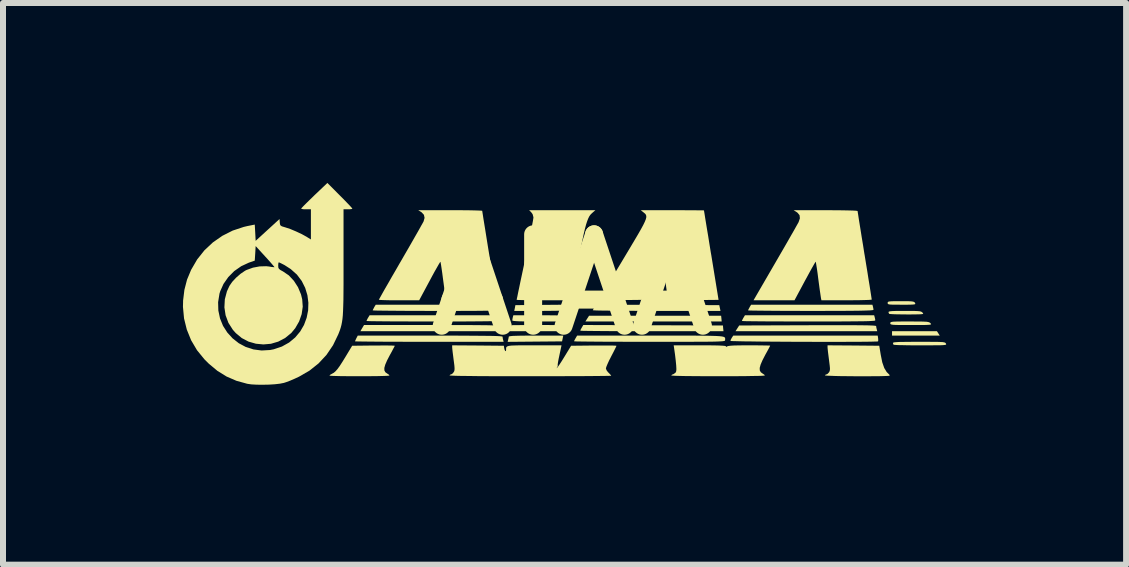
<source format=kicad_pcb>
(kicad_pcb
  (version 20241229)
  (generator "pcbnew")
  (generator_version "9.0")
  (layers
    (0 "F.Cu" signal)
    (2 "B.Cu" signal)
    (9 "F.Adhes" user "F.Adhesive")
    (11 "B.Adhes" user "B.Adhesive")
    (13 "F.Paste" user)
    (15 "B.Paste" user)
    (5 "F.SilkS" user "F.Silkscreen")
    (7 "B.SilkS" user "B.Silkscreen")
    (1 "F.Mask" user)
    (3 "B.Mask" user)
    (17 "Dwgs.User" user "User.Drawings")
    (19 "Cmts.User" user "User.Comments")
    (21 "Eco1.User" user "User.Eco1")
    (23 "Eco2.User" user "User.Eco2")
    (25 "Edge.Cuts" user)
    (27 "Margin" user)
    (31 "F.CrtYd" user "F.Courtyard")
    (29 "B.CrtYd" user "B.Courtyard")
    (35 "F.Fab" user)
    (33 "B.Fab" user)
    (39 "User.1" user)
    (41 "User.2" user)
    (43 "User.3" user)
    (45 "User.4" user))
  (footprint "AIAA"
    (layer "F.Cu")
    (at 6.491 1.691)
    (property "Reference" "AIAA" (at 0 0 0) (layer "F.SilkS") (effects (font (size 1.524 1.524) (thickness 0.3))))
    (attr board_only exclude_from_pos_files exclude_from_bom)
    (fp_poly (pts (xy 6.102 0.817) (xy 6.126 0.854) (xy 5.33 0.854) (xy 5.33 0.78) (xy 6.078 0.78)) (stroke (width 0) (type solid)) (fill yes) (layer "F.SilkS"))
    (fp_poly (pts (xy 2.486 0.571) (xy 2.49 0.618) (xy 0.218 0.618) (xy 0.248 0.571) (xy 0.279 0.523) (xy 2.481 0.523)) (stroke (width 0) (type solid)) (fill yes) (layer "F.SilkS"))
    (fp_poly (pts (xy -0.053 0.379) (xy -0.062 0.412) (xy -0.069 0.431) (xy -0.085 0.433) (xy -0.126 0.436) (xy -0.19 0.438) (xy -0.272 0.44) (xy -0.369 0.441) (xy -0.478 0.442) (xy -0.522 0.442) (xy -0.968 0.442) (xy -0.958 0.394) (xy -0.949 0.346) (xy -0.496 0.342) (xy -0.044 0.338)) (stroke (width 0) (type solid)) (fill yes) (layer "F.SilkS"))
    (fp_poly (pts (xy -0.161 0.902) (xy -0.171 0.95) (xy -0.624 0.954) (xy -1.078 0.958) (xy -1.07 0.924) (xy -1.062 0.89) (xy -1.06 0.872) (xy -1.054 0.867) (xy -1.033 0.863) (xy -0.996 0.859) (xy -0.94 0.857) (xy -0.862 0.855) (xy -0.76 0.854) (xy -0.631 0.854) (xy -0.606 0.854) (xy -0.151 0.854)) (stroke (width 0) (type solid)) (fill yes) (layer "F.SilkS"))
    (fp_poly (pts (xy 2.45 0.346) (xy 2.47 0.442) (xy 1.403 0.442) (xy 1.229 0.442) (xy 1.064 0.441) (xy 0.91 0.44) (xy 0.77 0.44) (xy 0.645 0.438) (xy 0.539 0.437) (xy 0.453 0.436) (xy 0.39 0.434) (xy 0.352 0.432) (xy 0.342 0.431) (xy 0.352 0.411) (xy 0.367 0.379) (xy 0.388 0.338)) (stroke (width 0) (type solid)) (fill yes) (layer "F.SilkS"))
    (fp_poly (pts (xy -2.114 0.677) (xy -1.924 0.678) (xy -1.76 0.678) (xy -1.62 0.679) (xy -1.504 0.68) (xy -1.408 0.681) (xy -1.333 0.683) (xy -1.275 0.685) (xy -1.234 0.687) (xy -1.208 0.69) (xy -1.195 0.693) (xy -1.192 0.696) (xy -1.189 0.724) (xy -1.183 0.747) (xy -1.175 0.78) (xy -3.533 0.78) (xy -3.503 0.729) (xy -3.472 0.677) (xy -2.332 0.677)) (stroke (width 0) (type solid)) (fill yes) (layer "F.SilkS"))
    (fp_poly (pts (xy 4.635 0.68) (xy 4.752 0.681) (xy 4.847 0.682) (xy 4.923 0.683) (xy 4.98 0.685) (xy 5.022 0.687) (xy 5.049 0.69) (xy 5.063 0.693) (xy 5.065 0.696) (xy 5.069 0.724) (xy 5.075 0.747) (xy 5.083 0.78) (xy 2.721 0.78) (xy 2.751 0.733) (xy 2.782 0.685) (xy 3.924 0.681) (xy 4.141 0.68) (xy 4.332 0.68) (xy 4.496 0.68)) (stroke (width 0) (type solid)) (fill yes) (layer "F.SilkS"))
    (fp_poly (pts (xy 1.347 0.681) (xy 2.511 0.685) (xy 2.515 0.733) (xy 2.52 0.78) (xy 1.326 0.78) (xy 1.142 0.78) (xy 0.966 0.78) (xy 0.801 0.78) (xy 0.649 0.779) (xy 0.512 0.778) (xy 0.393 0.777) (xy 0.294 0.776) (xy 0.216 0.775) (xy 0.163 0.774) (xy 0.136 0.772) (xy 0.133 0.772) (xy 0.139 0.754) (xy 0.156 0.723) (xy 0.158 0.72) (xy 0.183 0.677)) (stroke (width 0) (type solid)) (fill yes) (layer "F.SilkS"))
    (fp_poly (pts (xy -0.337 0.678) (xy -0.259 0.679) (xy -0.201 0.681) (xy -0.161 0.685) (xy -0.137 0.691) (xy -0.124 0.7) (xy -0.12 0.712) (xy -0.122 0.727) (xy -0.127 0.747) (xy -0.127 0.747) (xy -0.136 0.78) (xy -1.043 0.78) (xy -1.03 0.733) (xy -1.02 0.699) (xy -1.016 0.682) (xy -1.016 0.681) (xy -1.002 0.68) (xy -0.962 0.679) (xy -0.9 0.679) (xy -0.818 0.678) (xy -0.722 0.678) (xy -0.614 0.677) (xy -0.567 0.677) (xy -0.439 0.677)) (stroke (width 0) (type solid)) (fill yes) (layer "F.SilkS"))
    (fp_poly (pts (xy -0.306 0.516) (xy -0.228 0.517) (xy -0.171 0.519) (xy -0.132 0.523) (xy -0.107 0.529) (xy -0.094 0.538) (xy -0.09 0.55) (xy -0.092 0.565) (xy -0.098 0.585) (xy -0.098 0.585) (xy -0.107 0.618) (xy -0.554 0.618) (xy -0.686 0.618) (xy -0.792 0.617) (xy -0.872 0.616) (xy -0.931 0.613) (xy -0.971 0.61) (xy -0.993 0.606) (xy -1.001 0.601) (xy -1.001 0.6) (xy -0.997 0.572) (xy -0.992 0.548) (xy -0.983 0.515) (xy -0.536 0.515) (xy -0.408 0.515)) (stroke (width 0) (type solid)) (fill yes) (layer "F.SilkS"))
    (fp_poly (pts (xy 5.562 0.28) (xy 5.623 0.281) (xy 5.663 0.284) (xy 5.688 0.289) (xy 5.703 0.296) (xy 5.712 0.307) (xy 5.713 0.309) (xy 5.718 0.32) (xy 5.716 0.328) (xy 5.704 0.333) (xy 5.678 0.336) (xy 5.633 0.338) (xy 5.566 0.339) (xy 5.493 0.339) (xy 5.405 0.338) (xy 5.342 0.338) (xy 5.3 0.336) (xy 5.274 0.332) (xy 5.262 0.326) (xy 5.257 0.317) (xy 5.257 0.309) (xy 5.258 0.298) (xy 5.265 0.29) (xy 5.283 0.285) (xy 5.315 0.282) (xy 5.366 0.28) (xy 5.44 0.28) (xy 5.477 0.28)) (stroke (width 0) (type solid)) (fill yes) (layer "F.SilkS"))
    (fp_poly (pts (xy 5.638 0.442) (xy 5.708 0.443) (xy 5.759 0.445) (xy 5.792 0.448) (xy 5.814 0.454) (xy 5.829 0.462) (xy 5.838 0.471) (xy 5.847 0.481) (xy 5.849 0.489) (xy 5.841 0.494) (xy 5.82 0.497) (xy 5.782 0.499) (xy 5.724 0.5) (xy 5.643 0.501) (xy 5.578 0.501) (xy 5.489 0.5) (xy 5.41 0.499) (xy 5.346 0.497) (xy 5.302 0.494) (xy 5.282 0.491) (xy 5.281 0.491) (xy 5.272 0.468) (xy 5.271 0.461) (xy 5.277 0.454) (xy 5.296 0.449) (xy 5.332 0.445) (xy 5.388 0.443) (xy 5.468 0.442) (xy 5.542 0.442)) (stroke (width 0) (type solid)) (fill yes) (layer "F.SilkS"))
    (fp_poly (pts (xy 5.012 0.372) (xy 5.019 0.406) (xy 5.021 0.423) (xy 5.015 0.427) (xy 4.998 0.43) (xy 4.966 0.433) (xy 4.918 0.435) (xy 4.853 0.437) (xy 4.769 0.439) (xy 4.665 0.44) (xy 4.537 0.441) (xy 4.386 0.441) (xy 4.209 0.442) (xy 4.004 0.442) (xy 3.976 0.442) (xy 3.803 0.442) (xy 3.639 0.441) (xy 3.487 0.441) (xy 3.348 0.44) (xy 3.225 0.439) (xy 3.121 0.438) (xy 3.036 0.437) (xy 2.975 0.436) (xy 2.939 0.434) (xy 2.93 0.433) (xy 2.937 0.416) (xy 2.954 0.385) (xy 2.955 0.381) (xy 2.981 0.339) (xy 5.003 0.339)) (stroke (width 0) (type solid)) (fill yes) (layer "F.SilkS"))
    (fp_poly (pts (xy 5.098 0.898) (xy 5.1 0.932) (xy 5.097 0.95) (xy 5.081 0.952) (xy 5.038 0.953) (xy 4.971 0.955) (xy 4.883 0.956) (xy 4.776 0.957) (xy 4.653 0.957) (xy 4.516 0.958) (xy 4.369 0.958) (xy 4.213 0.958) (xy 4.052 0.958) (xy 3.887 0.957) (xy 3.723 0.957) (xy 3.56 0.956) (xy 3.403 0.955) (xy 3.253 0.954) (xy 3.114 0.953) (xy 2.987 0.951) (xy 2.876 0.95) (xy 2.782 0.948) (xy 2.71 0.946) (xy 2.66 0.945) (xy 2.637 0.943) (xy 2.636 0.942) (xy 2.643 0.919) (xy 2.659 0.89) (xy 2.683 0.854) (xy 5.091 0.854)) (stroke (width 0) (type solid)) (fill yes) (layer "F.SilkS"))
    (fp_poly (pts (xy -1.217 0.548) (xy -1.209 0.583) (xy -1.208 0.6) (xy -1.213 0.604) (xy -1.231 0.607) (xy -1.262 0.609) (xy -1.309 0.612) (xy -1.374 0.614) (xy -1.457 0.615) (xy -1.56 0.616) (xy -1.685 0.617) (xy -1.835 0.618) (xy -2.009 0.618) (xy -2.211 0.618) (xy -2.319 0.618) (xy -2.497 0.618) (xy -2.666 0.618) (xy -2.825 0.617) (xy -2.969 0.617) (xy -3.099 0.616) (xy -3.21 0.615) (xy -3.301 0.614) (xy -3.37 0.613) (xy -3.414 0.611) (xy -3.431 0.61) (xy -3.431 0.61) (xy -3.424 0.592) (xy -3.408 0.561) (xy -3.406 0.558) (xy -3.38 0.515) (xy -1.226 0.515)) (stroke (width 0) (type solid)) (fill yes) (layer "F.SilkS"))
    (fp_poly (pts (xy 5.041 0.548) (xy 5.049 0.583) (xy 5.05 0.6) (xy 5.045 0.604) (xy 5.027 0.607) (xy 4.996 0.609) (xy 4.949 0.612) (xy 4.884 0.614) (xy 4.801 0.615) (xy 4.698 0.616) (xy 4.573 0.617) (xy 4.423 0.618) (xy 4.249 0.618) (xy 4.047 0.618) (xy 3.939 0.618) (xy 3.761 0.618) (xy 3.592 0.618) (xy 3.433 0.617) (xy 3.289 0.617) (xy 3.159 0.616) (xy 3.048 0.615) (xy 2.957 0.614) (xy 2.888 0.613) (xy 2.844 0.611) (xy 2.827 0.61) (xy 2.827 0.61) (xy 2.834 0.592) (xy 2.85 0.561) (xy 2.852 0.558) (xy 2.878 0.515) (xy 5.032 0.515)) (stroke (width 0) (type solid)) (fill yes) (layer "F.SilkS"))
    (fp_poly (pts (xy -2.145 0.854) (xy -1.948 0.854) (xy -1.778 0.855) (xy -1.632 0.856) (xy -1.509 0.857) (xy -1.407 0.858) (xy -1.326 0.859) (xy -1.263 0.861) (xy -1.217 0.863) (xy -1.186 0.866) (xy -1.168 0.869) (xy -1.163 0.872) (xy -1.159 0.901) (xy -1.154 0.924) (xy -1.145 0.957) (xy -2.384 0.957) (xy -2.572 0.957) (xy -2.751 0.957) (xy -2.92 0.956) (xy -3.076 0.956) (xy -3.216 0.955) (xy -3.339 0.954) (xy -3.443 0.953) (xy -3.525 0.952) (xy -3.583 0.951) (xy -3.616 0.95) (xy -3.622 0.949) (xy -3.616 0.932) (xy -3.601 0.9) (xy -3.6 0.897) (xy -3.577 0.854) (xy -2.37 0.854)) (stroke (width 0) (type solid)) (fill yes) (layer "F.SilkS"))
    (fp_poly (pts (xy 5.728 0.619) (xy 5.808 0.619) (xy 5.867 0.621) (xy 5.908 0.623) (xy 5.935 0.628) (xy 5.953 0.634) (xy 5.965 0.642) (xy 5.971 0.648) (xy 5.979 0.657) (xy 5.981 0.664) (xy 5.974 0.669) (xy 5.956 0.673) (xy 5.922 0.675) (xy 5.87 0.677) (xy 5.796 0.677) (xy 5.697 0.677) (xy 5.649 0.677) (xy 5.539 0.677) (xy 5.455 0.677) (xy 5.394 0.676) (xy 5.351 0.674) (xy 5.324 0.67) (xy 5.309 0.665) (xy 5.302 0.659) (xy 5.301 0.65) (xy 5.301 0.648) (xy 5.302 0.638) (xy 5.308 0.631) (xy 5.322 0.626) (xy 5.347 0.622) (xy 5.389 0.62) (xy 5.449 0.619) (xy 5.532 0.618) (xy 5.623 0.618)) (stroke (width 0) (type solid)) (fill yes) (layer "F.SilkS"))
    (fp_poly (pts (xy 5.903 0.957) (xy 6.002 0.958) (xy 6.077 0.958) (xy 6.132 0.96) (xy 6.172 0.962) (xy 6.197 0.966) (xy 6.213 0.971) (xy 6.223 0.978) (xy 6.228 0.986) (xy 6.229 0.987) (xy 6.232 0.995) (xy 6.232 1.002) (xy 6.224 1.007) (xy 6.206 1.01) (xy 6.174 1.013) (xy 6.126 1.015) (xy 6.059 1.015) (xy 5.969 1.016) (xy 5.854 1.016) (xy 5.804 1.016) (xy 5.693 1.016) (xy 5.592 1.015) (xy 5.504 1.013) (xy 5.433 1.012) (xy 5.383 1.009) (xy 5.357 1.007) (xy 5.355 1.006) (xy 5.346 0.984) (xy 5.345 0.977) (xy 5.35 0.971) (xy 5.367 0.966) (xy 5.398 0.963) (xy 5.446 0.96) (xy 5.515 0.959) (xy 5.606 0.958) (xy 5.723 0.957) (xy 5.779 0.957)) (stroke (width 0) (type solid)) (fill yes) (layer "F.SilkS"))
    (fp_poly (pts (xy 4.686 1.019) (xy 5.117 1.023) (xy 5.142 1.175) (xy 5.167 1.299) (xy 5.2 1.394) (xy 5.24 1.46) (xy 5.265 1.485) (xy 5.287 1.507) (xy 5.291 1.522) (xy 5.291 1.522) (xy 5.273 1.525) (xy 5.231 1.527) (xy 5.168 1.529) (xy 5.088 1.531) (xy 4.994 1.531) (xy 4.892 1.532) (xy 4.784 1.532) (xy 4.675 1.531) (xy 4.569 1.53) (xy 4.469 1.529) (xy 4.381 1.527) (xy 4.307 1.524) (xy 4.251 1.522) (xy 4.219 1.519) (xy 4.211 1.517) (xy 4.223 1.504) (xy 4.233 1.502) (xy 4.256 1.491) (xy 4.279 1.466) (xy 4.289 1.448) (xy 4.294 1.427) (xy 4.295 1.398) (xy 4.291 1.354) (xy 4.283 1.29) (xy 4.279 1.258) (xy 4.27 1.187) (xy 4.262 1.124) (xy 4.257 1.075) (xy 4.255 1.051) (xy 4.255 1.016)) (stroke (width 0) (type solid)) (fill yes) (layer "F.SilkS"))
    (fp_poly (pts (xy 0.343 -1.201) (xy 0.32 -1.18) (xy 0.299 -1.158) (xy 0.281 -1.131) (xy 0.264 -1.096) (xy 0.247 -1.052) (xy 0.229 -0.996) (xy 0.21 -0.925) (xy 0.189 -0.836) (xy 0.166 -0.727) (xy 0.138 -0.595) (xy 0.106 -0.437) (xy 0.095 -0.379) (xy -0.034 0.265) (xy -0.481 0.265) (xy -0.592 0.265) (xy -0.693 0.264) (xy -0.781 0.263) (xy -0.851 0.261) (xy -0.9 0.26) (xy -0.925 0.258) (xy -0.928 0.257) (xy -0.925 0.241) (xy -0.916 0.2) (xy -0.903 0.135) (xy -0.885 0.05) (xy -0.864 -0.051) (xy -0.839 -0.168) (xy -0.812 -0.295) (xy -0.788 -0.412) (xy -0.759 -0.548) (xy -0.732 -0.678) (xy -0.708 -0.796) (xy -0.687 -0.901) (xy -0.67 -0.989) (xy -0.657 -1.057) (xy -0.65 -1.101) (xy -0.648 -1.118) (xy -0.662 -1.171) (xy -0.684 -1.201) (xy -0.72 -1.237) (xy 0.385 -1.237)) (stroke (width 0) (type solid)) (fill yes) (layer "F.SilkS"))
    (fp_poly (pts (xy -3.054 1.019) (xy -2.999 1.02) (xy -2.967 1.022) (xy -2.96 1.023) (xy -2.966 1.038) (xy -2.985 1.073) (xy -3.011 1.123) (xy -3.04 1.175) (xy -3.088 1.267) (xy -3.119 1.339) (xy -3.134 1.393) (xy -3.133 1.434) (xy -3.116 1.465) (xy -3.085 1.487) (xy -3.058 1.505) (xy -3.048 1.519) (xy -3.062 1.522) (xy -3.102 1.525) (xy -3.165 1.527) (xy -3.248 1.529) (xy -3.346 1.53) (xy -3.456 1.531) (xy -3.549 1.531) (xy -3.667 1.531) (xy -3.775 1.53) (xy -3.87 1.529) (xy -3.948 1.527) (xy -4.006 1.525) (xy -4.041 1.522) (xy -4.049 1.52) (xy -4.037 1.507) (xy -4.008 1.491) (xy -4.005 1.489) (xy -3.976 1.473) (xy -3.948 1.449) (xy -3.916 1.413) (xy -3.878 1.361) (xy -3.832 1.29) (xy -3.775 1.197) (xy -3.67 1.023) (xy -3.315 1.019) (xy -3.216 1.019) (xy -3.128 1.018)) (stroke (width 0) (type solid)) (fill yes) (layer "F.SilkS"))
    (fp_poly (pts (xy -1.749 0.339) (xy -1.626 0.339) (xy -1.524 0.34) (xy -1.442 0.342) (xy -1.377 0.344) (xy -1.327 0.347) (xy -1.29 0.352) (xy -1.265 0.357) (xy -1.249 0.364) (xy -1.24 0.372) (xy -1.237 0.382) (xy -1.236 0.394) (xy -1.237 0.408) (xy -1.237 0.413) (xy -1.238 0.419) (xy -1.241 0.424) (xy -1.249 0.428) (xy -1.264 0.431) (xy -1.288 0.434) (xy -1.323 0.436) (xy -1.37 0.438) (xy -1.432 0.439) (xy -1.511 0.44) (xy -1.609 0.441) (xy -1.728 0.441) (xy -1.87 0.442) (xy -2.037 0.442) (xy -2.23 0.442) (xy -2.282 0.442) (xy -2.455 0.442) (xy -2.618 0.441) (xy -2.771 0.441) (xy -2.91 0.44) (xy -3.033 0.439) (xy -3.137 0.438) (xy -3.222 0.437) (xy -3.283 0.436) (xy -3.319 0.434) (xy -3.328 0.433) (xy -3.321 0.416) (xy -3.304 0.385) (xy -3.303 0.381) (xy -3.277 0.339) (xy -2.266 0.339) (xy -2.067 0.339) (xy -1.895 0.339)) (stroke (width 0) (type solid)) (fill yes) (layer "F.SilkS"))
    (fp_poly (pts (xy 1.885 0.854) (xy 2.028 0.854) (xy 2.149 0.855) (xy 2.25 0.856) (xy 2.332 0.858) (xy 2.398 0.86) (xy 2.449 0.863) (xy 2.487 0.867) (xy 2.514 0.872) (xy 2.532 0.878) (xy 2.542 0.886) (xy 2.547 0.894) (xy 2.548 0.904) (xy 2.548 0.916) (xy 2.547 0.929) (xy 2.547 0.934) (xy 2.544 0.938) (xy 2.536 0.942) (xy 2.522 0.945) (xy 2.501 0.948) (xy 2.469 0.95) (xy 2.426 0.952) (xy 2.369 0.954) (xy 2.297 0.955) (xy 2.207 0.956) (xy 2.099 0.956) (xy 1.969 0.957) (xy 1.817 0.957) (xy 1.641 0.957) (xy 1.438 0.957) (xy 1.288 0.957) (xy 1.099 0.957) (xy 0.918 0.957) (xy 0.747 0.956) (xy 0.59 0.956) (xy 0.448 0.955) (xy 0.323 0.954) (xy 0.217 0.953) (xy 0.133 0.952) (xy 0.072 0.951) (xy 0.037 0.949) (xy 0.029 0.948) (xy 0.036 0.931) (xy 0.053 0.9) (xy 0.055 0.897) (xy 0.08 0.854) (xy 1.305 0.854) (xy 1.525 0.854) (xy 1.718 0.854)) (stroke (width 0) (type solid)) (fill yes) (layer "F.SilkS"))
    (fp_poly (pts (xy 2.258 1.016) (xy 2.363 1.017) (xy 2.444 1.019) (xy 2.501 1.022) (xy 2.539 1.025) (xy 2.558 1.03) (xy 2.562 1.034) (xy 2.566 1.044) (xy 2.58 1.034) (xy 2.596 1.028) (xy 2.632 1.023) (xy 2.689 1.019) (xy 2.771 1.017) (xy 2.878 1.016) (xy 2.948 1.016) (xy 3.046 1.016) (xy 3.133 1.017) (xy 3.206 1.018) (xy 3.26 1.019) (xy 3.292 1.02) (xy 3.298 1.021) (xy 3.292 1.035) (xy 3.274 1.07) (xy 3.247 1.12) (xy 3.218 1.172) (xy 3.17 1.265) (xy 3.139 1.337) (xy 3.124 1.392) (xy 3.125 1.433) (xy 3.142 1.464) (xy 3.173 1.487) (xy 3.2 1.505) (xy 3.21 1.519) (xy 3.196 1.521) (xy 3.155 1.524) (xy 3.09 1.526) (xy 3.003 1.527) (xy 2.898 1.529) (xy 2.777 1.53) (xy 2.643 1.531) (xy 2.499 1.531) (xy 2.43 1.531) (xy 2.272 1.531) (xy 2.127 1.53) (xy 1.997 1.529) (xy 1.884 1.528) (xy 1.79 1.526) (xy 1.719 1.524) (xy 1.671 1.521) (xy 1.65 1.519) (xy 1.649 1.518) (xy 1.662 1.505) (xy 1.686 1.496) (xy 1.72 1.473) (xy 1.732 1.448) (xy 1.735 1.413) (xy 1.732 1.353) (xy 1.724 1.27) (xy 1.712 1.169) (xy 1.698 1.071) (xy 1.69 1.016) (xy 2.126 1.016)) (stroke (width 0) (type solid)) (fill yes) (layer "F.SilkS"))
    (fp_poly (pts (xy 1.789 -1.237) (xy 1.9 -1.236) (xy 1.999 -1.236) (xy 2.08 -1.235) (xy 2.143 -1.235) (xy 2.182 -1.234) (xy 2.195 -1.233) (xy 2.197 -1.218) (xy 2.204 -1.177) (xy 2.214 -1.113) (xy 2.228 -1.027) (xy 2.245 -0.923) (xy 2.265 -0.804) (xy 2.286 -0.672) (xy 2.309 -0.531) (xy 2.317 -0.486) (xy 2.438 0.258) (xy 2.019 0.262) (xy 1.911 0.262) (xy 1.813 0.263) (xy 1.729 0.263) (xy 1.663 0.263) (xy 1.617 0.262) (xy 1.597 0.261) (xy 1.596 0.261) (xy 1.593 0.246) (xy 1.587 0.206) (xy 1.578 0.145) (xy 1.568 0.068) (xy 1.556 -0.02) (xy 1.552 -0.052) (xy 1.54 -0.144) (xy 1.528 -0.226) (xy 1.518 -0.294) (xy 1.51 -0.343) (xy 1.504 -0.368) (xy 1.503 -0.371) (xy 1.494 -0.361) (xy 1.473 -0.329) (xy 1.443 -0.278) (xy 1.404 -0.21) (xy 1.36 -0.13) (xy 1.323 -0.062) (xy 1.152 0.258) (xy 0.795 0.262) (xy 0.439 0.266) (xy 0.475 0.203) (xy 0.49 0.178) (xy 0.519 0.13) (xy 0.559 0.063) (xy 0.61 -0.022) (xy 0.668 -0.12) (xy 0.734 -0.229) (xy 0.805 -0.347) (xy 0.875 -0.464) (xy 0.963 -0.611) (xy 1.036 -0.734) (xy 1.097 -0.837) (xy 1.145 -0.921) (xy 1.182 -0.989) (xy 1.208 -1.043) (xy 1.225 -1.085) (xy 1.233 -1.117) (xy 1.233 -1.141) (xy 1.227 -1.16) (xy 1.216 -1.176) (xy 1.199 -1.191) (xy 1.189 -1.199) (xy 1.141 -1.237) (xy 1.668 -1.237)) (stroke (width 0) (type solid)) (fill yes) (layer "F.SilkS"))
    (fp_poly (pts (xy 4.369 -1.236) (xy 4.495 -1.235) (xy 4.598 -1.233) (xy 4.676 -1.231) (xy 4.729 -1.228) (xy 4.754 -1.224) (xy 4.756 -1.223) (xy 4.758 -1.206) (xy 4.765 -1.163) (xy 4.775 -1.096) (xy 4.789 -1.009) (xy 4.806 -0.904) (xy 4.825 -0.784) (xy 4.847 -0.652) (xy 4.869 -0.511) (xy 4.874 -0.484) (xy 4.897 -0.342) (xy 4.919 -0.208) (xy 4.938 -0.086) (xy 4.956 0.022) (xy 4.97 0.112) (xy 4.981 0.183) (xy 4.988 0.23) (xy 4.992 0.252) (xy 4.992 0.253) (xy 4.978 0.256) (xy 4.938 0.259) (xy 4.876 0.261) (xy 4.795 0.263) (xy 4.7 0.264) (xy 4.595 0.265) (xy 4.572 0.265) (xy 4.153 0.265) (xy 4.146 0.232) (xy 4.142 0.207) (xy 4.135 0.159) (xy 4.125 0.091) (xy 4.114 0.01) (xy 4.102 -0.08) (xy 4.101 -0.087) (xy 4.09 -0.175) (xy 4.079 -0.253) (xy 4.069 -0.316) (xy 4.062 -0.359) (xy 4.058 -0.378) (xy 4.058 -0.379) (xy 4.05 -0.368) (xy 4.03 -0.335) (xy 4 -0.282) (xy 3.962 -0.214) (xy 3.918 -0.133) (xy 3.878 -0.06) (xy 3.704 0.265) (xy 3.021 0.265) (xy 3.382 -0.357) (xy 3.455 -0.483) (xy 3.524 -0.602) (xy 3.588 -0.713) (xy 3.645 -0.813) (xy 3.694 -0.898) (xy 3.732 -0.966) (xy 3.759 -1.014) (xy 3.773 -1.039) (xy 3.773 -1.04) (xy 3.794 -1.102) (xy 3.788 -1.154) (xy 3.754 -1.195) (xy 3.736 -1.208) (xy 3.689 -1.237) (xy 4.222 -1.237)) (stroke (width 0) (type solid)) (fill yes) (layer "F.SilkS"))
    (fp_poly (pts (xy -1.914 -1.237) (xy -1.801 -1.236) (xy -1.702 -1.235) (xy -1.619 -1.233) (xy -1.556 -1.231) (xy -1.516 -1.229) (xy -1.502 -1.227) (xy -1.5 -1.211) (xy -1.493 -1.168) (xy -1.483 -1.102) (xy -1.469 -1.016) (xy -1.452 -0.912) (xy -1.433 -0.792) (xy -1.412 -0.661) (xy -1.389 -0.52) (xy -1.384 -0.491) (xy -1.361 -0.348) (xy -1.339 -0.214) (xy -1.32 -0.091) (xy -1.302 0.017) (xy -1.288 0.108) (xy -1.277 0.179) (xy -1.27 0.227) (xy -1.266 0.249) (xy -1.266 0.25) (xy -1.281 0.255) (xy -1.324 0.259) (xy -1.395 0.262) (xy -1.492 0.264) (xy -1.615 0.265) (xy -1.685 0.265) (xy -2.104 0.265) (xy -2.113 0.217) (xy -2.117 0.187) (xy -2.125 0.134) (xy -2.135 0.063) (xy -2.146 -0.02) (xy -2.157 -0.101) (xy -2.168 -0.186) (xy -2.179 -0.262) (xy -2.188 -0.322) (xy -2.195 -0.362) (xy -2.198 -0.377) (xy -2.207 -0.367) (xy -2.227 -0.334) (xy -2.257 -0.281) (xy -2.296 -0.213) (xy -2.34 -0.132) (xy -2.379 -0.059) (xy -2.553 0.265) (xy -2.889 0.265) (xy -2.985 0.265) (xy -3.07 0.264) (xy -3.14 0.262) (xy -3.192 0.26) (xy -3.22 0.257) (xy -3.225 0.256) (xy -3.218 0.242) (xy -3.197 0.205) (xy -3.165 0.147) (xy -3.122 0.071) (xy -3.069 -0.02) (xy -3.01 -0.124) (xy -2.943 -0.239) (xy -2.873 -0.361) (xy -2.865 -0.374) (xy -2.793 -0.499) (xy -2.724 -0.618) (xy -2.661 -0.728) (xy -2.605 -0.826) (xy -2.557 -0.91) (xy -2.52 -0.977) (xy -2.494 -1.023) (xy -2.481 -1.047) (xy -2.48 -1.048) (xy -2.463 -1.109) (xy -2.474 -1.16) (xy -2.512 -1.201) (xy -2.522 -1.208) (xy -2.569 -1.237) (xy -2.036 -1.237)) (stroke (width 0) (type solid)) (fill yes) (layer "F.SilkS"))
    (fp_poly (pts (xy -1.572 1.019) (xy -1.141 1.023) (xy -1.136 1.06) (xy -1.128 1.093) (xy -1.117 1.111) (xy -1.108 1.112) (xy -1.104 1.094) (xy -1.104 1.072) (xy -1.103 1.055) (xy -1.096 1.042) (xy -1.081 1.032) (xy -1.056 1.025) (xy -1.016 1.02) (xy -0.96 1.018) (xy -0.883 1.016) (xy -0.784 1.016) (xy -0.659 1.016) (xy -0.633 1.016) (xy -0.18 1.016) (xy -0.215 1.18) (xy -0.229 1.246) (xy -0.239 1.3) (xy -0.244 1.338) (xy -0.243 1.352) (xy -0.245 1.368) (xy -0.253 1.383) (xy -0.264 1.398) (xy -0.255 1.392) (xy -0.251 1.389) (xy -0.237 1.37) (xy -0.211 1.332) (xy -0.176 1.278) (xy -0.137 1.215) (xy -0.126 1.197) (xy -0.02 1.023) (xy 0.358 1.019) (xy 0.46 1.019) (xy 0.552 1.019) (xy 0.629 1.019) (xy 0.688 1.02) (xy 0.725 1.022) (xy 0.736 1.024) (xy 0.73 1.039) (xy 0.712 1.076) (xy 0.686 1.128) (xy 0.653 1.191) (xy 0.648 1.201) (xy 0.614 1.267) (xy 0.587 1.326) (xy 0.568 1.372) (xy 0.56 1.399) (xy 0.56 1.401) (xy 0.57 1.43) (xy 0.595 1.464) (xy 0.604 1.472) (xy 0.631 1.5) (xy 0.647 1.519) (xy 0.648 1.523) (xy 0.634 1.524) (xy 0.592 1.525) (xy 0.525 1.526) (xy 0.434 1.527) (xy 0.323 1.528) (xy 0.192 1.529) (xy 0.044 1.53) (xy -0.119 1.53) (xy -0.294 1.531) (xy -0.481 1.531) (xy -0.677 1.531) (xy -0.699 1.531) (xy -0.961 1.531) (xy -1.195 1.531) (xy -1.401 1.53) (xy -1.579 1.529) (xy -1.729 1.527) (xy -1.85 1.526) (xy -1.942 1.524) (xy -2.006 1.521) (xy -2.04 1.519) (xy -2.047 1.517) (xy -2.035 1.504) (xy -2.025 1.502) (xy -2.002 1.491) (xy -1.979 1.465) (xy -1.969 1.447) (xy -1.964 1.427) (xy -1.963 1.398) (xy -1.966 1.355) (xy -1.974 1.292) (xy -1.979 1.255) (xy -1.988 1.183) (xy -1.996 1.12) (xy -2.001 1.072) (xy -2.003 1.048) (xy -2.003 1.016)) (stroke (width 0) (type solid)) (fill yes) (layer "F.SilkS"))
    (fp_poly (pts (xy -3.875 -1.482) (xy -3.811 -1.418) (xy -3.756 -1.361) (xy -3.711 -1.314) (xy -3.68 -1.28) (xy -3.667 -1.263) (xy -3.666 -1.262) (xy -3.68 -1.256) (xy -3.714 -1.252) (xy -3.74 -1.252) (xy -3.814 -1.252) (xy -3.814 -0.375) (xy -3.814 -0.18) (xy -3.814 -0.011) (xy -3.815 0.133) (xy -3.816 0.255) (xy -3.819 0.358) (xy -3.822 0.445) (xy -3.826 0.517) (xy -3.832 0.578) (xy -3.84 0.63) (xy -3.849 0.676) (xy -3.86 0.718) (xy -3.873 0.759) (xy -3.889 0.801) (xy -3.902 0.834) (xy -3.989 1.014) (xy -4.098 1.175) (xy -4.23 1.317) (xy -4.382 1.438) (xy -4.555 1.538) (xy -4.557 1.539) (xy -4.63 1.573) (xy -4.704 1.605) (xy -4.768 1.629) (xy -4.808 1.642) (xy -4.873 1.655) (xy -4.96 1.665) (xy -5.059 1.671) (xy -5.163 1.673) (xy -5.263 1.672) (xy -5.351 1.667) (xy -5.419 1.657) (xy -5.6 1.607) (xy -5.764 1.536) (xy -5.916 1.442) (xy -6.06 1.322) (xy -6.134 1.248) (xy -6.257 1.097) (xy -6.355 0.931) (xy -6.427 0.753) (xy -6.473 0.567) (xy -6.491 0.374) (xy -6.489 0.297) (xy -5.905 0.297) (xy -5.901 0.436) (xy -5.873 0.568) (xy -5.823 0.691) (xy -5.752 0.802) (xy -5.664 0.899) (xy -5.56 0.981) (xy -5.444 1.043) (xy -5.316 1.084) (xy -5.181 1.102) (xy -5.039 1.094) (xy -4.978 1.082) (xy -4.841 1.036) (xy -4.721 0.969) (xy -4.62 0.885) (xy -4.537 0.786) (xy -4.473 0.676) (xy -4.429 0.557) (xy -4.404 0.433) (xy -4.4 0.307) (xy -4.416 0.181) (xy -4.453 0.059) (xy -4.511 -0.057) (xy -4.591 -0.163) (xy -4.694 -0.255) (xy -4.798 -0.322) (xy -4.843 -0.345) (xy -4.878 -0.362) (xy -4.894 -0.368) (xy -4.9 -0.355) (xy -4.903 -0.323) (xy -4.903 -0.313) (xy -4.901 -0.281) (xy -4.891 -0.26) (xy -4.867 -0.24) (xy -4.823 -0.216) (xy -4.726 -0.15) (xy -4.642 -0.06) (xy -4.573 0.047) (xy -4.523 0.167) (xy -4.503 0.249) (xy -4.494 0.371) (xy -4.512 0.496) (xy -4.554 0.617) (xy -4.619 0.73) (xy -4.685 0.81) (xy -4.788 0.894) (xy -4.902 0.954) (xy -5.024 0.99) (xy -5.15 1.001) (xy -5.275 0.989) (xy -5.397 0.954) (xy -5.51 0.895) (xy -5.61 0.812) (xy -5.659 0.757) (xy -5.733 0.641) (xy -5.78 0.515) (xy -5.8 0.383) (xy -5.793 0.249) (xy -5.758 0.116) (xy -5.716 0.025) (xy -5.67 -0.042) (xy -5.605 -0.112) (xy -5.53 -0.177) (xy -5.455 -0.228) (xy -5.429 -0.241) (xy -5.324 -0.279) (xy -5.212 -0.3) (xy -5.103 -0.303) (xy -5.056 -0.298) (xy -5.01 -0.29) (xy -4.976 -0.287) (xy -4.965 -0.287) (xy -4.973 -0.298) (xy -4.998 -0.328) (xy -5.036 -0.372) (xy -5.084 -0.426) (xy -5.12 -0.465) (xy -5.279 -0.639) (xy -5.286 -0.517) (xy -5.294 -0.396) (xy -5.393 -0.362) (xy -5.52 -0.303) (xy -5.636 -0.222) (xy -5.735 -0.122) (xy -5.815 -0.008) (xy -5.87 0.115) (xy -5.882 0.154) (xy -5.905 0.297) (xy -6.489 0.297) (xy -6.489 0.272) (xy -6.467 0.091) (xy -6.423 -0.079) (xy -6.354 -0.245) (xy -6.353 -0.246) (xy -6.254 -0.416) (xy -6.133 -0.568) (xy -5.992 -0.7) (xy -5.834 -0.81) (xy -5.662 -0.897) (xy -5.478 -0.958) (xy -5.419 -0.972) (xy -5.294 -0.997) (xy -5.286 -0.861) (xy -5.279 -0.726) (xy -5.08 -0.908) (xy -4.881 -1.09) (xy -4.877 -1.033) (xy -4.873 -1.001) (xy -4.864 -0.982) (xy -4.842 -0.968) (xy -4.8 -0.955) (xy -4.783 -0.95) (xy -4.699 -0.922) (xy -4.604 -0.882) (xy -4.508 -0.837) (xy -4.425 -0.791) (xy -4.421 -0.788) (xy -4.358 -0.749) (xy -4.358 -1.252) (xy -4.439 -1.252) (xy -4.484 -1.253) (xy -4.513 -1.258) (xy -4.52 -1.263) (xy -4.51 -1.276) (xy -4.482 -1.306) (xy -4.438 -1.35) (xy -4.383 -1.404) (xy -4.319 -1.466) (xy -4.302 -1.483) (xy -4.083 -1.691)) (stroke (width 0) (type solid)) (fill yes) (layer "F.SilkS")))
  (gr_rect
    (start -3 -3)
    (end 15.723 6.364)
    (stroke (width 0.1) (type default))
    (fill no)
    (layer "Edge.Cuts")))
</source>
